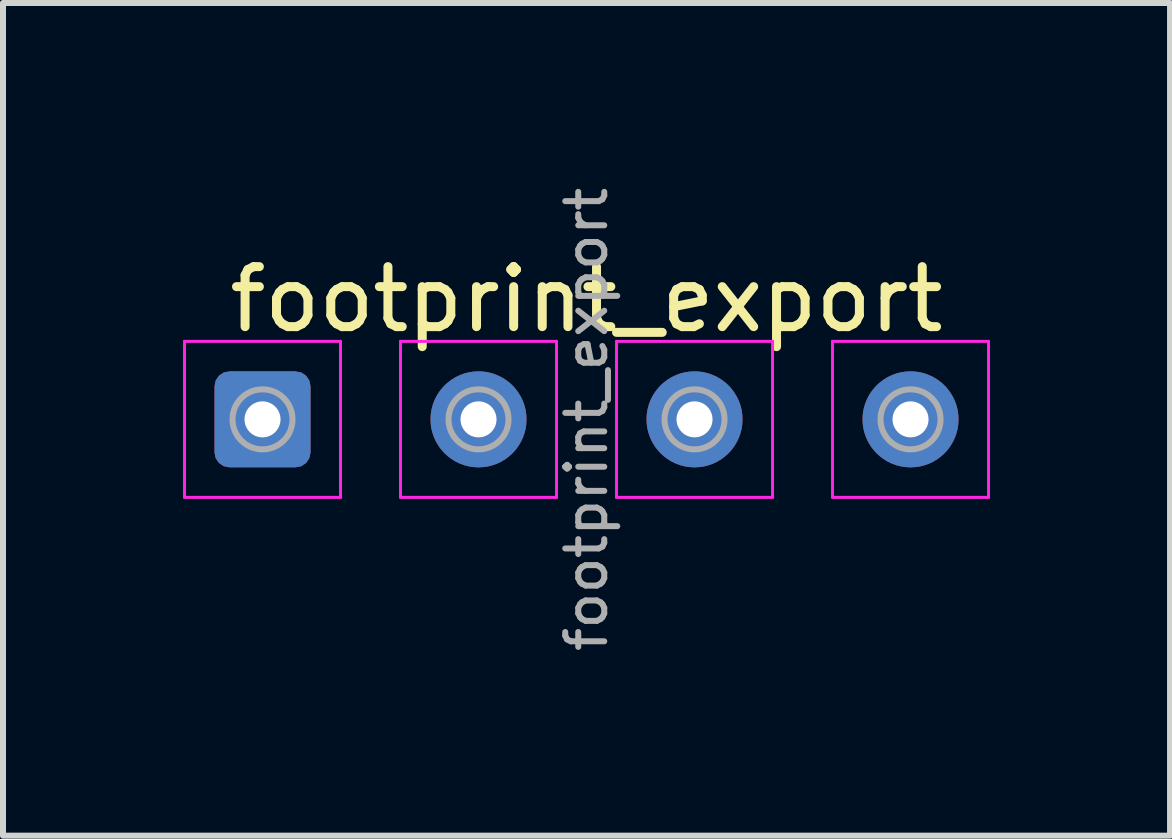
<source format=kicad_pcb>
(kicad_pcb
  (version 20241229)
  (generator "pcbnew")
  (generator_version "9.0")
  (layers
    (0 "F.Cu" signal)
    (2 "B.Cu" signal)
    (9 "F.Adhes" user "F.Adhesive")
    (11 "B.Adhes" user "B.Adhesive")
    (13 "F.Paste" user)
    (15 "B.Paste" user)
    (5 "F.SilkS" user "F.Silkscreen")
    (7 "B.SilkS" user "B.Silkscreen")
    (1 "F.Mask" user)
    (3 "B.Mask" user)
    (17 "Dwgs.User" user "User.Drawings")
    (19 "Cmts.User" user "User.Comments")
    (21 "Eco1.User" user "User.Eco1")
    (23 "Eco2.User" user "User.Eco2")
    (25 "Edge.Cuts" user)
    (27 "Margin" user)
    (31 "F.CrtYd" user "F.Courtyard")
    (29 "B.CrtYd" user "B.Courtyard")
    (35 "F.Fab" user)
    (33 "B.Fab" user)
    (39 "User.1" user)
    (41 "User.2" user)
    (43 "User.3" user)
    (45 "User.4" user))
  (footprint "footprint_export"
    (layer "F.Cu")
    (at 1.325 3.939)
    (property "Reference" "footprint_export" (at 5.4 -2 0) (layer "F.SilkS") (effects (font (size 1 1) (thickness 0.15))))
    (attr exclude_from_pos_files exclude_from_bom)
    (fp_line (start -1.3 -1.3) (end -1.3 1.3) (stroke (width 0.05) (type solid)) (layer "F.CrtYd"))
    (fp_line (start -1.3 1.3) (end 1.3 1.3) (stroke (width 0.05) (type solid)) (layer "F.CrtYd"))
    (fp_line (start 1.3 -1.3) (end -1.3 -1.3) (stroke (width 0.05) (type solid)) (layer "F.CrtYd"))
    (fp_line (start 1.3 1.3) (end 1.3 -1.3) (stroke (width 0.05) (type solid)) (layer "F.CrtYd"))
    (fp_line (start 2.3 -1.3) (end 2.3 1.3) (stroke (width 0.05) (type solid)) (layer "F.CrtYd"))
    (fp_line (start 2.3 1.3) (end 4.9 1.3) (stroke (width 0.05) (type solid)) (layer "F.CrtYd"))
    (fp_line (start 4.9 -1.3) (end 2.3 -1.3) (stroke (width 0.05) (type solid)) (layer "F.CrtYd"))
    (fp_line (start 4.9 1.3) (end 4.9 -1.3) (stroke (width 0.05) (type solid)) (layer "F.CrtYd"))
    (fp_line (start 5.9 -1.3) (end 5.9 1.3) (stroke (width 0.05) (type solid)) (layer "F.CrtYd"))
    (fp_line (start 5.9 1.3) (end 8.5 1.3) (stroke (width 0.05) (type solid)) (layer "F.CrtYd"))
    (fp_line (start 8.5 -1.3) (end 5.9 -1.3) (stroke (width 0.05) (type solid)) (layer "F.CrtYd"))
    (fp_line (start 8.5 1.3) (end 8.5 -1.3) (stroke (width 0.05) (type solid)) (layer "F.CrtYd"))
    (fp_line (start 9.5 -1.3) (end 9.5 1.3) (stroke (width 0.05) (type solid)) (layer "F.CrtYd"))
    (fp_line (start 9.5 1.3) (end 12.1 1.3) (stroke (width 0.05) (type solid)) (layer "F.CrtYd"))
    (fp_line (start 12.1 -1.3) (end 9.5 -1.3) (stroke (width 0.05) (type solid)) (layer "F.CrtYd"))
    (fp_line (start 12.1 1.3) (end 12.1 -1.3) (stroke (width 0.05) (type solid)) (layer "F.CrtYd"))
    (fp_circle (center 0 0) (end 0.5 0) (stroke (width 0.1) (type solid)) (fill no) (layer "F.Fab"))
    (fp_circle (center 3.6 0) (end 4.1 0) (stroke (width 0.1) (type solid)) (fill no) (layer "F.Fab"))
    (fp_circle (center 7.2 0) (end 7.7 0) (stroke (width 0.1) (type solid)) (fill no) (layer "F.Fab"))
    (fp_circle (center 10.8 0) (end 11.3 0) (stroke (width 0.1) (type solid)) (fill no) (layer "F.Fab"))
    (fp_text user "${REFERENCE}" (at 5.4 0 90) (layer "F.Fab") (effects (font (size 0.65 0.65) (thickness 0.1))))
    (pad "1" thru_hole roundrect (at 0 0) (size 1.6 1.6) (drill 0.6) (layers "*.Cu" "*.Mask") (roundrect_rratio 0.156))
    (pad "2" thru_hole circle (at 3.6 0) (size 1.6 1.6) (drill 0.6) (layers "*.Cu" "*.Mask"))
    (pad "3" thru_hole circle (at 7.2 0) (size 1.6 1.6) (drill 0.6) (layers "*.Cu" "*.Mask"))
    (pad "4" thru_hole circle (at 10.8 0) (size 1.6 1.6) (drill 0.6) (layers "*.Cu" "*.Mask")))
  (gr_rect
    (start -3 -3)
    (end 16.45 10.877)
    (stroke (width 0.1) (type default))
    (fill no)
    (layer "Edge.Cuts")))
</source>
